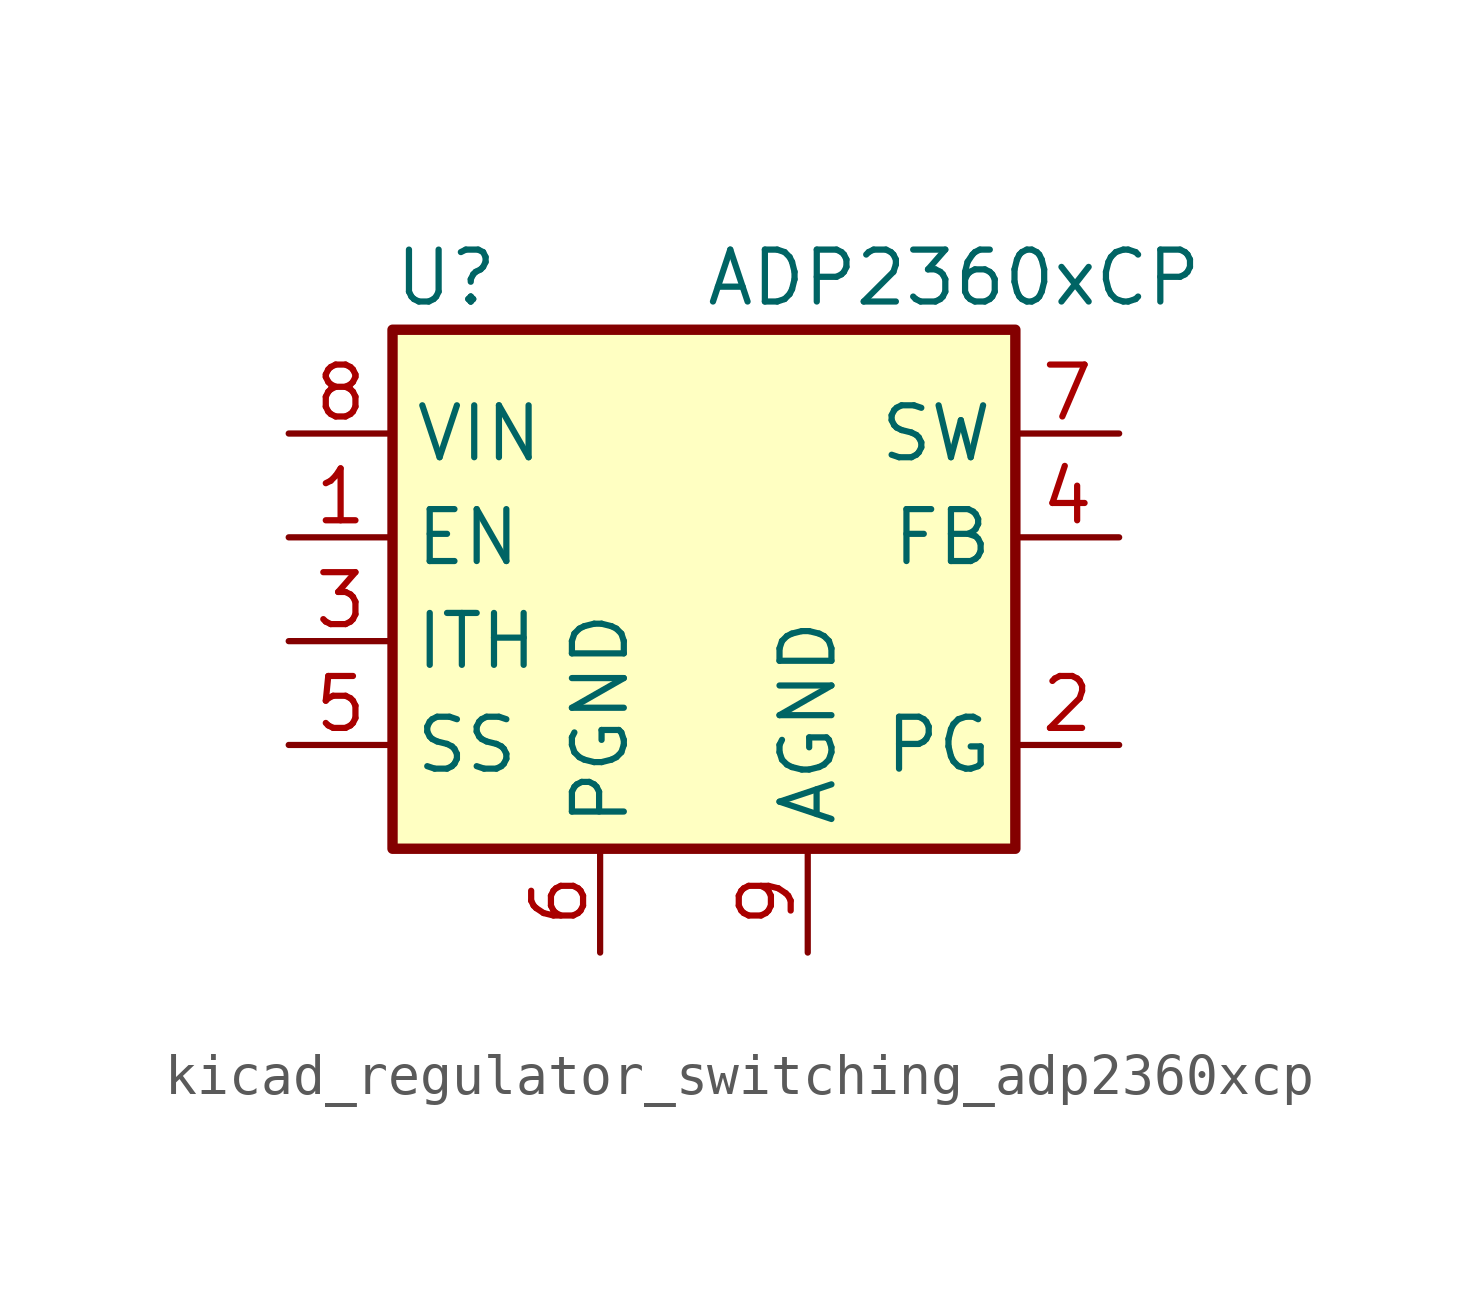
<source format=kicad_sym>
(kicad_symbol_lib
  (version 20220914)
  (generator kicad_symbol_editor)
  (symbol "kicad_regulator_switching_adp2360xcp"
    (property "Reference" "U"
      (at -7.62 6.35 0)
      (effects (font (size 1.27 1.27)) (justify left)))
    (property "Value" "ADP2360xCP"
      (at 0 6.35 0)
      (effects (font (size 1.27 1.27)) (justify left)))
    (symbol "kicad_regulator_switching_adp2360xcp_0_1"
      (rectangle (start -7.62 5.08) (end 7.62 -7.62) (stroke (width 0.254) (type default)) (fill (type background))))
    (symbol "kicad_regulator_switching_adp2360xcp_1_1"
      (pin input line (at -10.16 0 0) (length 2.54) (name "EN" (effects (font (size 1.27 1.27)))) (number "1" (effects (font (size 1.27 1.27)))))
      (pin open_collector line (at 10.16 -5.08 180) (length 2.54) (name "PG" (effects (font (size 1.27 1.27)))) (number "2" (effects (font (size 1.27 1.27)))))
      (pin passive line (at -10.16 -2.54 0) (length 2.54) (name "ITH" (effects (font (size 1.27 1.27)))) (number "3" (effects (font (size 1.27 1.27)))))
      (pin input line (at 10.16 0 180) (length 2.54) (name "FB" (effects (font (size 1.27 1.27)))) (number "4" (effects (font (size 1.27 1.27)))))
      (pin passive line (at -10.16 -5.08 0) (length 2.54) (name "SS" (effects (font (size 1.27 1.27)))) (number "5" (effects (font (size 1.27 1.27)))))
      (pin power_in line (at -2.54 -10.16 90) (length 2.54) (name "PGND" (effects (font (size 1.27 1.27)))) (number "6" (effects (font (size 1.27 1.27)))))
      (pin power_out line (at 10.16 2.54 180) (length 2.54) (name "SW" (effects (font (size 1.27 1.27)))) (number "7" (effects (font (size 1.27 1.27)))))
      (pin power_in line (at -10.16 2.54 0) (length 2.54) (name "VIN" (effects (font (size 1.27 1.27)))) (number "8" (effects (font (size 1.27 1.27)))))
      (pin power_in line (at 2.54 -10.16 90) (length 2.54) (name "AGND" (effects (font (size 1.27 1.27)))) (number "9" (effects (font (size 1.27 1.27))))))))
</source>
